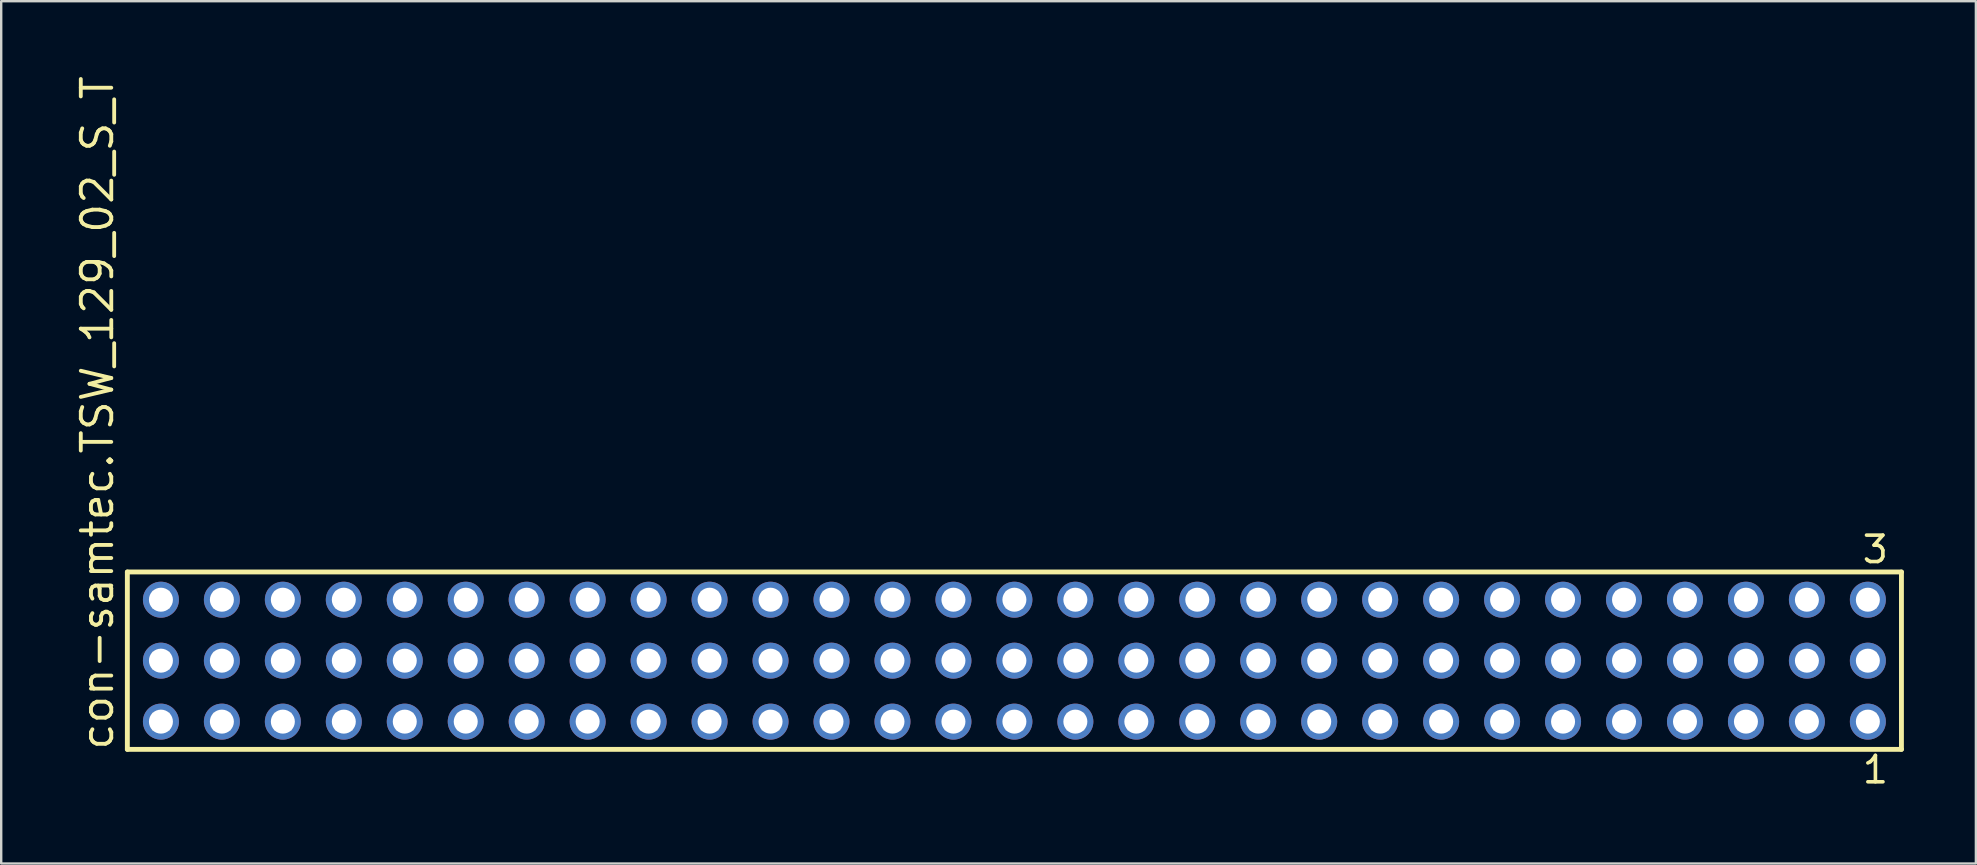
<source format=kicad_pcb>
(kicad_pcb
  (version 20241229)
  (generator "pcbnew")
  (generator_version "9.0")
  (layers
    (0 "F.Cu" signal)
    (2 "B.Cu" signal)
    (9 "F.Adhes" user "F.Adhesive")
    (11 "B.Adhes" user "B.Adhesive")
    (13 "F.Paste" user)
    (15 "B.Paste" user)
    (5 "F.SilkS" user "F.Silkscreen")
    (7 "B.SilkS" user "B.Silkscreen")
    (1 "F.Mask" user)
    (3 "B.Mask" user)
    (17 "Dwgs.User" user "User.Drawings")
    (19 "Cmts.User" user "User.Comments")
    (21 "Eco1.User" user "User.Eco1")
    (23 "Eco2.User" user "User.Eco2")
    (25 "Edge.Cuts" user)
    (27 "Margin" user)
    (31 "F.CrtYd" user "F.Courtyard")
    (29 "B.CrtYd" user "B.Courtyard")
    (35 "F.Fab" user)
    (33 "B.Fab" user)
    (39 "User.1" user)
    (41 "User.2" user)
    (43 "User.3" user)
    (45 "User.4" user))
  (footprint "con-samtec.TSW_129_02_S_T"
    (layer "F.Cu")
    (at 39.215 24.477)
    (property "Reference" "con-samtec.TSW_129_02_S_T" (at -37.465 3.81 90) (layer "F.SilkS") (effects (font (size 1.27 1.27) (thickness 0.16)) (justify left bottom)))
    (attr through_hole)
    (fp_line (start -36.959 -3.695) (end 36.959 -3.695) (stroke (width 0.203) (type default)) (layer "F.SilkS"))
    (fp_line (start -36.959 3.695) (end -36.959 -3.695) (stroke (width 0.203) (type default)) (layer "F.SilkS"))
    (fp_line (start 36.959 -3.695) (end 36.959 3.695) (stroke (width 0.203) (type default)) (layer "F.SilkS"))
    (fp_line (start 36.959 3.695) (end -36.959 3.695) (stroke (width 0.203) (type default)) (layer "F.SilkS"))
    (fp_rect (start -35.91 -2.19) (end -35.21 -2.89) (stroke (width 0.05) (type default)) (fill no) (layer "F.Fab"))
    (fp_rect (start -35.91 0.35) (end -35.21 -0.35) (stroke (width 0.05) (type default)) (fill no) (layer "F.Fab"))
    (fp_rect (start -35.91 2.89) (end -35.21 2.19) (stroke (width 0.05) (type default)) (fill no) (layer "F.Fab"))
    (fp_rect (start -33.37 -2.19) (end -32.67 -2.89) (stroke (width 0.05) (type default)) (fill no) (layer "F.Fab"))
    (fp_rect (start -33.37 0.35) (end -32.67 -0.35) (stroke (width 0.05) (type default)) (fill no) (layer "F.Fab"))
    (fp_rect (start -33.37 2.89) (end -32.67 2.19) (stroke (width 0.05) (type default)) (fill no) (layer "F.Fab"))
    (fp_rect (start -30.83 -2.19) (end -30.13 -2.89) (stroke (width 0.05) (type default)) (fill no) (layer "F.Fab"))
    (fp_rect (start -30.83 0.35) (end -30.13 -0.35) (stroke (width 0.05) (type default)) (fill no) (layer "F.Fab"))
    (fp_rect (start -30.83 2.89) (end -30.13 2.19) (stroke (width 0.05) (type default)) (fill no) (layer "F.Fab"))
    (fp_rect (start -28.29 -2.19) (end -27.59 -2.89) (stroke (width 0.05) (type default)) (fill no) (layer "F.Fab"))
    (fp_rect (start -28.29 0.35) (end -27.59 -0.35) (stroke (width 0.05) (type default)) (fill no) (layer "F.Fab"))
    (fp_rect (start -28.29 2.89) (end -27.59 2.19) (stroke (width 0.05) (type default)) (fill no) (layer "F.Fab"))
    (fp_rect (start -25.75 -2.19) (end -25.05 -2.89) (stroke (width 0.05) (type default)) (fill no) (layer "F.Fab"))
    (fp_rect (start -25.75 0.35) (end -25.05 -0.35) (stroke (width 0.05) (type default)) (fill no) (layer "F.Fab"))
    (fp_rect (start -25.75 2.89) (end -25.05 2.19) (stroke (width 0.05) (type default)) (fill no) (layer "F.Fab"))
    (fp_rect (start -23.21 -2.19) (end -22.51 -2.89) (stroke (width 0.05) (type default)) (fill no) (layer "F.Fab"))
    (fp_rect (start -23.21 0.35) (end -22.51 -0.35) (stroke (width 0.05) (type default)) (fill no) (layer "F.Fab"))
    (fp_rect (start -23.21 2.89) (end -22.51 2.19) (stroke (width 0.05) (type default)) (fill no) (layer "F.Fab"))
    (fp_rect (start -20.67 -2.19) (end -19.97 -2.89) (stroke (width 0.05) (type default)) (fill no) (layer "F.Fab"))
    (fp_rect (start -20.67 0.35) (end -19.97 -0.35) (stroke (width 0.05) (type default)) (fill no) (layer "F.Fab"))
    (fp_rect (start -20.67 2.89) (end -19.97 2.19) (stroke (width 0.05) (type default)) (fill no) (layer "F.Fab"))
    (fp_rect (start -18.13 -2.19) (end -17.43 -2.89) (stroke (width 0.05) (type default)) (fill no) (layer "F.Fab"))
    (fp_rect (start -18.13 0.35) (end -17.43 -0.35) (stroke (width 0.05) (type default)) (fill no) (layer "F.Fab"))
    (fp_rect (start -18.13 2.89) (end -17.43 2.19) (stroke (width 0.05) (type default)) (fill no) (layer "F.Fab"))
    (fp_rect (start -15.59 -2.19) (end -14.89 -2.89) (stroke (width 0.05) (type default)) (fill no) (layer "F.Fab"))
    (fp_rect (start -15.59 0.35) (end -14.89 -0.35) (stroke (width 0.05) (type default)) (fill no) (layer "F.Fab"))
    (fp_rect (start -15.59 2.89) (end -14.89 2.19) (stroke (width 0.05) (type default)) (fill no) (layer "F.Fab"))
    (fp_rect (start -13.05 -2.19) (end -12.35 -2.89) (stroke (width 0.05) (type default)) (fill no) (layer "F.Fab"))
    (fp_rect (start -13.05 0.35) (end -12.35 -0.35) (stroke (width 0.05) (type default)) (fill no) (layer "F.Fab"))
    (fp_rect (start -13.05 2.89) (end -12.35 2.19) (stroke (width 0.05) (type default)) (fill no) (layer "F.Fab"))
    (fp_rect (start -10.51 -2.19) (end -9.81 -2.89) (stroke (width 0.05) (type default)) (fill no) (layer "F.Fab"))
    (fp_rect (start -10.51 0.35) (end -9.81 -0.35) (stroke (width 0.05) (type default)) (fill no) (layer "F.Fab"))
    (fp_rect (start -10.51 2.89) (end -9.81 2.19) (stroke (width 0.05) (type default)) (fill no) (layer "F.Fab"))
    (fp_rect (start -7.97 -2.19) (end -7.27 -2.89) (stroke (width 0.05) (type default)) (fill no) (layer "F.Fab"))
    (fp_rect (start -7.97 0.35) (end -7.27 -0.35) (stroke (width 0.05) (type default)) (fill no) (layer "F.Fab"))
    (fp_rect (start -7.97 2.89) (end -7.27 2.19) (stroke (width 0.05) (type default)) (fill no) (layer "F.Fab"))
    (fp_rect (start -5.43 -2.19) (end -4.73 -2.89) (stroke (width 0.05) (type default)) (fill no) (layer "F.Fab"))
    (fp_rect (start -5.43 0.35) (end -4.73 -0.35) (stroke (width 0.05) (type default)) (fill no) (layer "F.Fab"))
    (fp_rect (start -5.43 2.89) (end -4.73 2.19) (stroke (width 0.05) (type default)) (fill no) (layer "F.Fab"))
    (fp_rect (start -2.89 -2.19) (end -2.19 -2.89) (stroke (width 0.05) (type default)) (fill no) (layer "F.Fab"))
    (fp_rect (start -2.89 0.35) (end -2.19 -0.35) (stroke (width 0.05) (type default)) (fill no) (layer "F.Fab"))
    (fp_rect (start -2.89 2.89) (end -2.19 2.19) (stroke (width 0.05) (type default)) (fill no) (layer "F.Fab"))
    (fp_rect (start -0.35 -2.19) (end 0.35 -2.89) (stroke (width 0.05) (type default)) (fill no) (layer "F.Fab"))
    (fp_rect (start -0.35 0.35) (end 0.35 -0.35) (stroke (width 0.05) (type default)) (fill no) (layer "F.Fab"))
    (fp_rect (start -0.35 2.89) (end 0.35 2.19) (stroke (width 0.05) (type default)) (fill no) (layer "F.Fab"))
    (fp_rect (start 2.19 -2.19) (end 2.89 -2.89) (stroke (width 0.05) (type default)) (fill no) (layer "F.Fab"))
    (fp_rect (start 2.19 0.35) (end 2.89 -0.35) (stroke (width 0.05) (type default)) (fill no) (layer "F.Fab"))
    (fp_rect (start 2.19 2.89) (end 2.89 2.19) (stroke (width 0.05) (type default)) (fill no) (layer "F.Fab"))
    (fp_rect (start 4.73 -2.19) (end 5.43 -2.89) (stroke (width 0.05) (type default)) (fill no) (layer "F.Fab"))
    (fp_rect (start 4.73 0.35) (end 5.43 -0.35) (stroke (width 0.05) (type default)) (fill no) (layer "F.Fab"))
    (fp_rect (start 4.73 2.89) (end 5.43 2.19) (stroke (width 0.05) (type default)) (fill no) (layer "F.Fab"))
    (fp_rect (start 7.27 -2.19) (end 7.97 -2.89) (stroke (width 0.05) (type default)) (fill no) (layer "F.Fab"))
    (fp_rect (start 7.27 0.35) (end 7.97 -0.35) (stroke (width 0.05) (type default)) (fill no) (layer "F.Fab"))
    (fp_rect (start 7.27 2.89) (end 7.97 2.19) (stroke (width 0.05) (type default)) (fill no) (layer "F.Fab"))
    (fp_rect (start 9.81 -2.19) (end 10.51 -2.89) (stroke (width 0.05) (type default)) (fill no) (layer "F.Fab"))
    (fp_rect (start 9.81 0.35) (end 10.51 -0.35) (stroke (width 0.05) (type default)) (fill no) (layer "F.Fab"))
    (fp_rect (start 9.81 2.89) (end 10.51 2.19) (stroke (width 0.05) (type default)) (fill no) (layer "F.Fab"))
    (fp_rect (start 12.35 -2.19) (end 13.05 -2.89) (stroke (width 0.05) (type default)) (fill no) (layer "F.Fab"))
    (fp_rect (start 12.35 0.35) (end 13.05 -0.35) (stroke (width 0.05) (type default)) (fill no) (layer "F.Fab"))
    (fp_rect (start 12.35 2.89) (end 13.05 2.19) (stroke (width 0.05) (type default)) (fill no) (layer "F.Fab"))
    (fp_rect (start 14.89 -2.19) (end 15.59 -2.89) (stroke (width 0.05) (type default)) (fill no) (layer "F.Fab"))
    (fp_rect (start 14.89 0.35) (end 15.59 -0.35) (stroke (width 0.05) (type default)) (fill no) (layer "F.Fab"))
    (fp_rect (start 14.89 2.89) (end 15.59 2.19) (stroke (width 0.05) (type default)) (fill no) (layer "F.Fab"))
    (fp_rect (start 17.43 -2.19) (end 18.13 -2.89) (stroke (width 0.05) (type default)) (fill no) (layer "F.Fab"))
    (fp_rect (start 17.43 0.35) (end 18.13 -0.35) (stroke (width 0.05) (type default)) (fill no) (layer "F.Fab"))
    (fp_rect (start 17.43 2.89) (end 18.13 2.19) (stroke (width 0.05) (type default)) (fill no) (layer "F.Fab"))
    (fp_rect (start 19.97 -2.19) (end 20.67 -2.89) (stroke (width 0.05) (type default)) (fill no) (layer "F.Fab"))
    (fp_rect (start 19.97 0.35) (end 20.67 -0.35) (stroke (width 0.05) (type default)) (fill no) (layer "F.Fab"))
    (fp_rect (start 19.97 2.89) (end 20.67 2.19) (stroke (width 0.05) (type default)) (fill no) (layer "F.Fab"))
    (fp_rect (start 22.51 -2.19) (end 23.21 -2.89) (stroke (width 0.05) (type default)) (fill no) (layer "F.Fab"))
    (fp_rect (start 22.51 0.35) (end 23.21 -0.35) (stroke (width 0.05) (type default)) (fill no) (layer "F.Fab"))
    (fp_rect (start 22.51 2.89) (end 23.21 2.19) (stroke (width 0.05) (type default)) (fill no) (layer "F.Fab"))
    (fp_rect (start 25.05 -2.19) (end 25.75 -2.89) (stroke (width 0.05) (type default)) (fill no) (layer "F.Fab"))
    (fp_rect (start 25.05 0.35) (end 25.75 -0.35) (stroke (width 0.05) (type default)) (fill no) (layer "F.Fab"))
    (fp_rect (start 25.05 2.89) (end 25.75 2.19) (stroke (width 0.05) (type default)) (fill no) (layer "F.Fab"))
    (fp_rect (start 27.59 -2.19) (end 28.29 -2.89) (stroke (width 0.05) (type default)) (fill no) (layer "F.Fab"))
    (fp_rect (start 27.59 0.35) (end 28.29 -0.35) (stroke (width 0.05) (type default)) (fill no) (layer "F.Fab"))
    (fp_rect (start 27.59 2.89) (end 28.29 2.19) (stroke (width 0.05) (type default)) (fill no) (layer "F.Fab"))
    (fp_rect (start 30.13 -2.19) (end 30.83 -2.89) (stroke (width 0.05) (type default)) (fill no) (layer "F.Fab"))
    (fp_rect (start 30.13 0.35) (end 30.83 -0.35) (stroke (width 0.05) (type default)) (fill no) (layer "F.Fab"))
    (fp_rect (start 30.13 2.89) (end 30.83 2.19) (stroke (width 0.05) (type default)) (fill no) (layer "F.Fab"))
    (fp_rect (start 32.67 -2.19) (end 33.37 -2.89) (stroke (width 0.05) (type default)) (fill no) (layer "F.Fab"))
    (fp_rect (start 32.67 0.35) (end 33.37 -0.35) (stroke (width 0.05) (type default)) (fill no) (layer "F.Fab"))
    (fp_rect (start 32.67 2.89) (end 33.37 2.19) (stroke (width 0.05) (type default)) (fill no) (layer "F.Fab"))
    (fp_rect (start 35.21 -2.19) (end 35.91 -2.89) (stroke (width 0.05) (type default)) (fill no) (layer "F.Fab"))
    (fp_rect (start 35.21 0.35) (end 35.91 -0.35) (stroke (width 0.05) (type default)) (fill no) (layer "F.Fab"))
    (fp_rect (start 35.21 2.89) (end 35.91 2.19) (stroke (width 0.05) (type default)) (fill no) (layer "F.Fab"))
    (fp_text user "1" (at 35.252 5.188 0) (layer "F.SilkS") (effects (font (size 1.1 1.1) (thickness 0.15)) (justify left bottom)))
    (fp_text user "3" (at 35.248 -3.989 0) (layer "F.SilkS") (effects (font (size 1.1 1.1) (thickness 0.15)) (justify left bottom)))
    (pad "1" thru_hole circle (at 35.56 2.54 180) (size 1.5 1.5) (drill 1) (layers "*.Cu" "*.Mask"))
    (pad "2" thru_hole circle (at 35.56 0 180) (size 1.5 1.5) (drill 1) (layers "*.Cu" "*.Mask"))
    (pad "3" thru_hole circle (at 35.56 -2.54 180) (size 1.5 1.5) (drill 1) (layers "*.Cu" "*.Mask"))
    (pad "4" thru_hole circle (at 33.02 2.54 180) (size 1.5 1.5) (drill 1) (layers "*.Cu" "*.Mask"))
    (pad "5" thru_hole circle (at 33.02 0 180) (size 1.5 1.5) (drill 1) (layers "*.Cu" "*.Mask"))
    (pad "6" thru_hole circle (at 33.02 -2.54 180) (size 1.5 1.5) (drill 1) (layers "*.Cu" "*.Mask"))
    (pad "7" thru_hole circle (at 30.48 2.54 180) (size 1.5 1.5) (drill 1) (layers "*.Cu" "*.Mask"))
    (pad "8" thru_hole circle (at 30.48 0 180) (size 1.5 1.5) (drill 1) (layers "*.Cu" "*.Mask"))
    (pad "9" thru_hole circle (at 30.48 -2.54 180) (size 1.5 1.5) (drill 1) (layers "*.Cu" "*.Mask"))
    (pad "10" thru_hole circle (at 27.94 2.54 180) (size 1.5 1.5) (drill 1) (layers "*.Cu" "*.Mask"))
    (pad "11" thru_hole circle (at 27.94 0 180) (size 1.5 1.5) (drill 1) (layers "*.Cu" "*.Mask"))
    (pad "12" thru_hole circle (at 27.94 -2.54 180) (size 1.5 1.5) (drill 1) (layers "*.Cu" "*.Mask"))
    (pad "13" thru_hole circle (at 25.4 2.54 180) (size 1.5 1.5) (drill 1) (layers "*.Cu" "*.Mask"))
    (pad "14" thru_hole circle (at 25.4 0 180) (size 1.5 1.5) (drill 1) (layers "*.Cu" "*.Mask"))
    (pad "15" thru_hole circle (at 25.4 -2.54 180) (size 1.5 1.5) (drill 1) (layers "*.Cu" "*.Mask"))
    (pad "16" thru_hole circle (at 22.86 2.54 180) (size 1.5 1.5) (drill 1) (layers "*.Cu" "*.Mask"))
    (pad "17" thru_hole circle (at 22.86 0 180) (size 1.5 1.5) (drill 1) (layers "*.Cu" "*.Mask"))
    (pad "18" thru_hole circle (at 22.86 -2.54 180) (size 1.5 1.5) (drill 1) (layers "*.Cu" "*.Mask"))
    (pad "19" thru_hole circle (at 20.32 2.54 180) (size 1.5 1.5) (drill 1) (layers "*.Cu" "*.Mask"))
    (pad "20" thru_hole circle (at 20.32 0 180) (size 1.5 1.5) (drill 1) (layers "*.Cu" "*.Mask"))
    (pad "21" thru_hole circle (at 20.32 -2.54 180) (size 1.5 1.5) (drill 1) (layers "*.Cu" "*.Mask"))
    (pad "22" thru_hole circle (at 17.78 2.54 180) (size 1.5 1.5) (drill 1) (layers "*.Cu" "*.Mask"))
    (pad "23" thru_hole circle (at 17.78 0 180) (size 1.5 1.5) (drill 1) (layers "*.Cu" "*.Mask"))
    (pad "24" thru_hole circle (at 17.78 -2.54 180) (size 1.5 1.5) (drill 1) (layers "*.Cu" "*.Mask"))
    (pad "25" thru_hole circle (at 15.24 2.54 180) (size 1.5 1.5) (drill 1) (layers "*.Cu" "*.Mask"))
    (pad "26" thru_hole circle (at 15.24 0 180) (size 1.5 1.5) (drill 1) (layers "*.Cu" "*.Mask"))
    (pad "27" thru_hole circle (at 15.24 -2.54 180) (size 1.5 1.5) (drill 1) (layers "*.Cu" "*.Mask"))
    (pad "28" thru_hole circle (at 12.7 2.54 180) (size 1.5 1.5) (drill 1) (layers "*.Cu" "*.Mask"))
    (pad "29" thru_hole circle (at 12.7 0 180) (size 1.5 1.5) (drill 1) (layers "*.Cu" "*.Mask"))
    (pad "30" thru_hole circle (at 12.7 -2.54 180) (size 1.5 1.5) (drill 1) (layers "*.Cu" "*.Mask"))
    (pad "31" thru_hole circle (at 10.16 2.54 180) (size 1.5 1.5) (drill 1) (layers "*.Cu" "*.Mask"))
    (pad "32" thru_hole circle (at 10.16 0 180) (size 1.5 1.5) (drill 1) (layers "*.Cu" "*.Mask"))
    (pad "33" thru_hole circle (at 10.16 -2.54 180) (size 1.5 1.5) (drill 1) (layers "*.Cu" "*.Mask"))
    (pad "34" thru_hole circle (at 7.62 2.54 180) (size 1.5 1.5) (drill 1) (layers "*.Cu" "*.Mask"))
    (pad "35" thru_hole circle (at 7.62 0 180) (size 1.5 1.5) (drill 1) (layers "*.Cu" "*.Mask"))
    (pad "36" thru_hole circle (at 7.62 -2.54 180) (size 1.5 1.5) (drill 1) (layers "*.Cu" "*.Mask"))
    (pad "37" thru_hole circle (at 5.08 2.54 180) (size 1.5 1.5) (drill 1) (layers "*.Cu" "*.Mask"))
    (pad "38" thru_hole circle (at 5.08 0 180) (size 1.5 1.5) (drill 1) (layers "*.Cu" "*.Mask"))
    (pad "39" thru_hole circle (at 5.08 -2.54 180) (size 1.5 1.5) (drill 1) (layers "*.Cu" "*.Mask"))
    (pad "40" thru_hole circle (at 2.54 2.54 180) (size 1.5 1.5) (drill 1) (layers "*.Cu" "*.Mask"))
    (pad "41" thru_hole circle (at 2.54 0 180) (size 1.5 1.5) (drill 1) (layers "*.Cu" "*.Mask"))
    (pad "42" thru_hole circle (at 2.54 -2.54 180) (size 1.5 1.5) (drill 1) (layers "*.Cu" "*.Mask"))
    (pad "43" thru_hole circle (at 0 2.54 180) (size 1.5 1.5) (drill 1) (layers "*.Cu" "*.Mask"))
    (pad "44" thru_hole circle (at 0 0 180) (size 1.5 1.5) (drill 1) (layers "*.Cu" "*.Mask"))
    (pad "45" thru_hole circle (at 0 -2.54 180) (size 1.5 1.5) (drill 1) (layers "*.Cu" "*.Mask"))
    (pad "46" thru_hole circle (at -2.54 2.54 180) (size 1.5 1.5) (drill 1) (layers "*.Cu" "*.Mask"))
    (pad "47" thru_hole circle (at -2.54 0 180) (size 1.5 1.5) (drill 1) (layers "*.Cu" "*.Mask"))
    (pad "48" thru_hole circle (at -2.54 -2.54 180) (size 1.5 1.5) (drill 1) (layers "*.Cu" "*.Mask"))
    (pad "49" thru_hole circle (at -5.08 2.54 180) (size 1.5 1.5) (drill 1) (layers "*.Cu" "*.Mask"))
    (pad "50" thru_hole circle (at -5.08 0 180) (size 1.5 1.5) (drill 1) (layers "*.Cu" "*.Mask"))
    (pad "51" thru_hole circle (at -5.08 -2.54 180) (size 1.5 1.5) (drill 1) (layers "*.Cu" "*.Mask"))
    (pad "52" thru_hole circle (at -7.62 2.54 180) (size 1.5 1.5) (drill 1) (layers "*.Cu" "*.Mask"))
    (pad "53" thru_hole circle (at -7.62 0 180) (size 1.5 1.5) (drill 1) (layers "*.Cu" "*.Mask"))
    (pad "54" thru_hole circle (at -7.62 -2.54 180) (size 1.5 1.5) (drill 1) (layers "*.Cu" "*.Mask"))
    (pad "55" thru_hole circle (at -10.16 2.54 180) (size 1.5 1.5) (drill 1) (layers "*.Cu" "*.Mask"))
    (pad "56" thru_hole circle (at -10.16 0 180) (size 1.5 1.5) (drill 1) (layers "*.Cu" "*.Mask"))
    (pad "57" thru_hole circle (at -10.16 -2.54 180) (size 1.5 1.5) (drill 1) (layers "*.Cu" "*.Mask"))
    (pad "58" thru_hole circle (at -12.7 2.54 180) (size 1.5 1.5) (drill 1) (layers "*.Cu" "*.Mask"))
    (pad "59" thru_hole circle (at -12.7 0 180) (size 1.5 1.5) (drill 1) (layers "*.Cu" "*.Mask"))
    (pad "60" thru_hole circle (at -12.7 -2.54 180) (size 1.5 1.5) (drill 1) (layers "*.Cu" "*.Mask"))
    (pad "61" thru_hole circle (at -15.24 2.54 180) (size 1.5 1.5) (drill 1) (layers "*.Cu" "*.Mask"))
    (pad "62" thru_hole circle (at -15.24 0 180) (size 1.5 1.5) (drill 1) (layers "*.Cu" "*.Mask"))
    (pad "63" thru_hole circle (at -15.24 -2.54 180) (size 1.5 1.5) (drill 1) (layers "*.Cu" "*.Mask"))
    (pad "64" thru_hole circle (at -17.78 2.54 180) (size 1.5 1.5) (drill 1) (layers "*.Cu" "*.Mask"))
    (pad "65" thru_hole circle (at -17.78 0 180) (size 1.5 1.5) (drill 1) (layers "*.Cu" "*.Mask"))
    (pad "66" thru_hole circle (at -17.78 -2.54 180) (size 1.5 1.5) (drill 1) (layers "*.Cu" "*.Mask"))
    (pad "67" thru_hole circle (at -20.32 2.54 180) (size 1.5 1.5) (drill 1) (layers "*.Cu" "*.Mask"))
    (pad "68" thru_hole circle (at -20.32 0 180) (size 1.5 1.5) (drill 1) (layers "*.Cu" "*.Mask"))
    (pad "69" thru_hole circle (at -20.32 -2.54 180) (size 1.5 1.5) (drill 1) (layers "*.Cu" "*.Mask"))
    (pad "70" thru_hole circle (at -22.86 2.54 180) (size 1.5 1.5) (drill 1) (layers "*.Cu" "*.Mask"))
    (pad "71" thru_hole circle (at -22.86 0 180) (size 1.5 1.5) (drill 1) (layers "*.Cu" "*.Mask"))
    (pad "72" thru_hole circle (at -22.86 -2.54 180) (size 1.5 1.5) (drill 1) (layers "*.Cu" "*.Mask"))
    (pad "73" thru_hole circle (at -25.4 2.54 180) (size 1.5 1.5) (drill 1) (layers "*.Cu" "*.Mask"))
    (pad "74" thru_hole circle (at -25.4 0 180) (size 1.5 1.5) (drill 1) (layers "*.Cu" "*.Mask"))
    (pad "75" thru_hole circle (at -25.4 -2.54 180) (size 1.5 1.5) (drill 1) (layers "*.Cu" "*.Mask"))
    (pad "76" thru_hole circle (at -27.94 2.54 180) (size 1.5 1.5) (drill 1) (layers "*.Cu" "*.Mask"))
    (pad "77" thru_hole circle (at -27.94 0 180) (size 1.5 1.5) (drill 1) (layers "*.Cu" "*.Mask"))
    (pad "78" thru_hole circle (at -27.94 -2.54 180) (size 1.5 1.5) (drill 1) (layers "*.Cu" "*.Mask"))
    (pad "79" thru_hole circle (at -30.48 2.54 180) (size 1.5 1.5) (drill 1) (layers "*.Cu" "*.Mask"))
    (pad "80" thru_hole circle (at -30.48 0 180) (size 1.5 1.5) (drill 1) (layers "*.Cu" "*.Mask"))
    (pad "81" thru_hole circle (at -30.48 -2.54 180) (size 1.5 1.5) (drill 1) (layers "*.Cu" "*.Mask"))
    (pad "82" thru_hole circle (at -33.02 2.54 180) (size 1.5 1.5) (drill 1) (layers "*.Cu" "*.Mask"))
    (pad "83" thru_hole circle (at -33.02 0 180) (size 1.5 1.5) (drill 1) (layers "*.Cu" "*.Mask"))
    (pad "84" thru_hole circle (at -33.02 -2.54 180) (size 1.5 1.5) (drill 1) (layers "*.Cu" "*.Mask"))
    (pad "85" thru_hole circle (at -35.56 2.54 180) (size 1.5 1.5) (drill 1) (layers "*.Cu" "*.Mask"))
    (pad "86" thru_hole circle (at -35.56 0 180) (size 1.5 1.5) (drill 1) (layers "*.Cu" "*.Mask"))
    (pad "87" thru_hole circle (at -35.56 -2.54 180) (size 1.5 1.5) (drill 1) (layers "*.Cu" "*.Mask")))
  (gr_rect
    (start -3 -3)
    (end 79.276 32.928)
    (stroke (width 0.1) (type default))
    (fill no)
    (layer "Edge.Cuts")))
</source>
